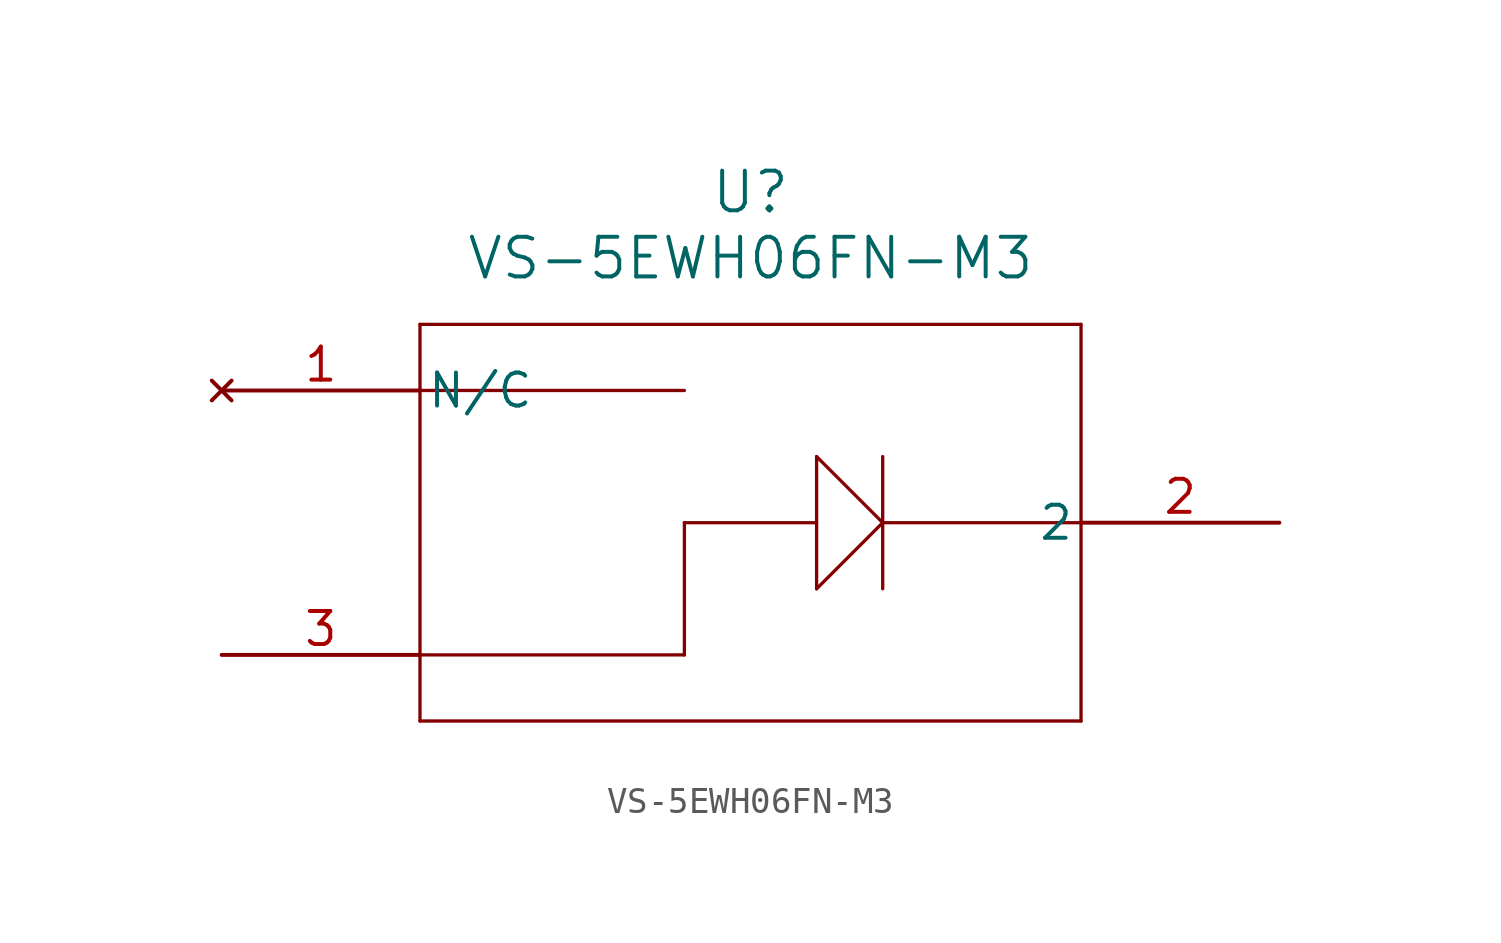
<source format=kicad_sym>
(kicad_symbol_lib
  (version 20211014)
  (generator kicad_symbol_editor)
  (symbol "VS-5EWH06FN-M3"
    (pin_names
      (offset 0.254))
    (property "Reference" "U"
      (at 20.32 7.62 0)
      (effects (font (size 1.524 1.524))))
    (property "Value" "VS-5EWH06FN-M3"
      (at 20.32 5.08 0)
      (effects (font (size 1.524 1.524))))
    (symbol "VS-5EWH06FN-M3_0_1"
      (polyline (pts (xy 7.62 2.54) (xy 7.62 -12.7)) (stroke (width 0.127) (type default) (color 0 0 0 0)) (fill (type none)))
      (polyline (pts (xy 7.62 -12.7) (xy 33.02 -12.7)) (stroke (width 0.127) (type default) (color 0 0 0 0)) (fill (type none)))
      (polyline (pts (xy 33.02 -12.7) (xy 33.02 2.54)) (stroke (width 0.127) (type default) (color 0 0 0 0)) (fill (type none)))
      (polyline (pts (xy 33.02 2.54) (xy 7.62 2.54)) (stroke (width 0.127) (type default) (color 0 0 0 0)) (fill (type none)))
      (polyline (pts (xy 7.62 0) (xy 17.78 0)) (stroke (width 0.127) (type default) (color 0 0 0 0)) (fill (type none)))
      (polyline (pts (xy 7.62 -10.16) (xy 17.78 -10.16)) (stroke (width 0.127) (type default) (color 0 0 0 0)) (fill (type none)))
      (polyline (pts (xy 17.78 -10.16) (xy 17.78 -5.08)) (stroke (width 0.127) (type default) (color 0 0 0 0)) (fill (type none)))
      (polyline (pts (xy 17.78 -5.08) (xy 22.86 -5.08)) (stroke (width 0.127) (type default) (color 0 0 0 0)) (fill (type none)))
      (polyline (pts (xy 22.86 -7.62) (xy 22.86 -2.54)) (stroke (width 0.127) (type default) (color 0 0 0 0)) (fill (type none)))
      (polyline (pts (xy 25.4 -5.08) (xy 22.86 -2.54)) (stroke (width 0.127) (type default) (color 0 0 0 0)) (fill (type none)))
      (polyline (pts (xy 22.86 -7.62) (xy 25.4 -5.08)) (stroke (width 0.127) (type default) (color 0 0 0 0)) (fill (type none)))
      (polyline (pts (xy 25.4 -7.62) (xy 25.4 -2.54)) (stroke (width 0.127) (type default) (color 0 0 0 0)) (fill (type none)))
      (polyline (pts (xy 25.4 -5.08) (xy 33.02 -5.08)) (stroke (width 0.127) (type default) (color 0 0 0 0)) (fill (type none)))
      (pin no_connect line (at 0 0 0) (length 7.62) (name "N/C" (effects (font (size 1.27 1.27)))) (number "1" (effects (font (size 1.27 1.27)))))
      (pin unspecified line (at 40.64 -5.08 180) (length 7.62) (name "2" (effects (font (size 1.27 1.27)))) (number "2" (effects (font (size 1.27 1.27)))))
      (pin unspecified line (at 0 -10.16 0) (length 7.62) (name "" (effects (font (size 1.27 1.27)))) (number "3" (effects (font (size 1.27 1.27))))))))
</source>
